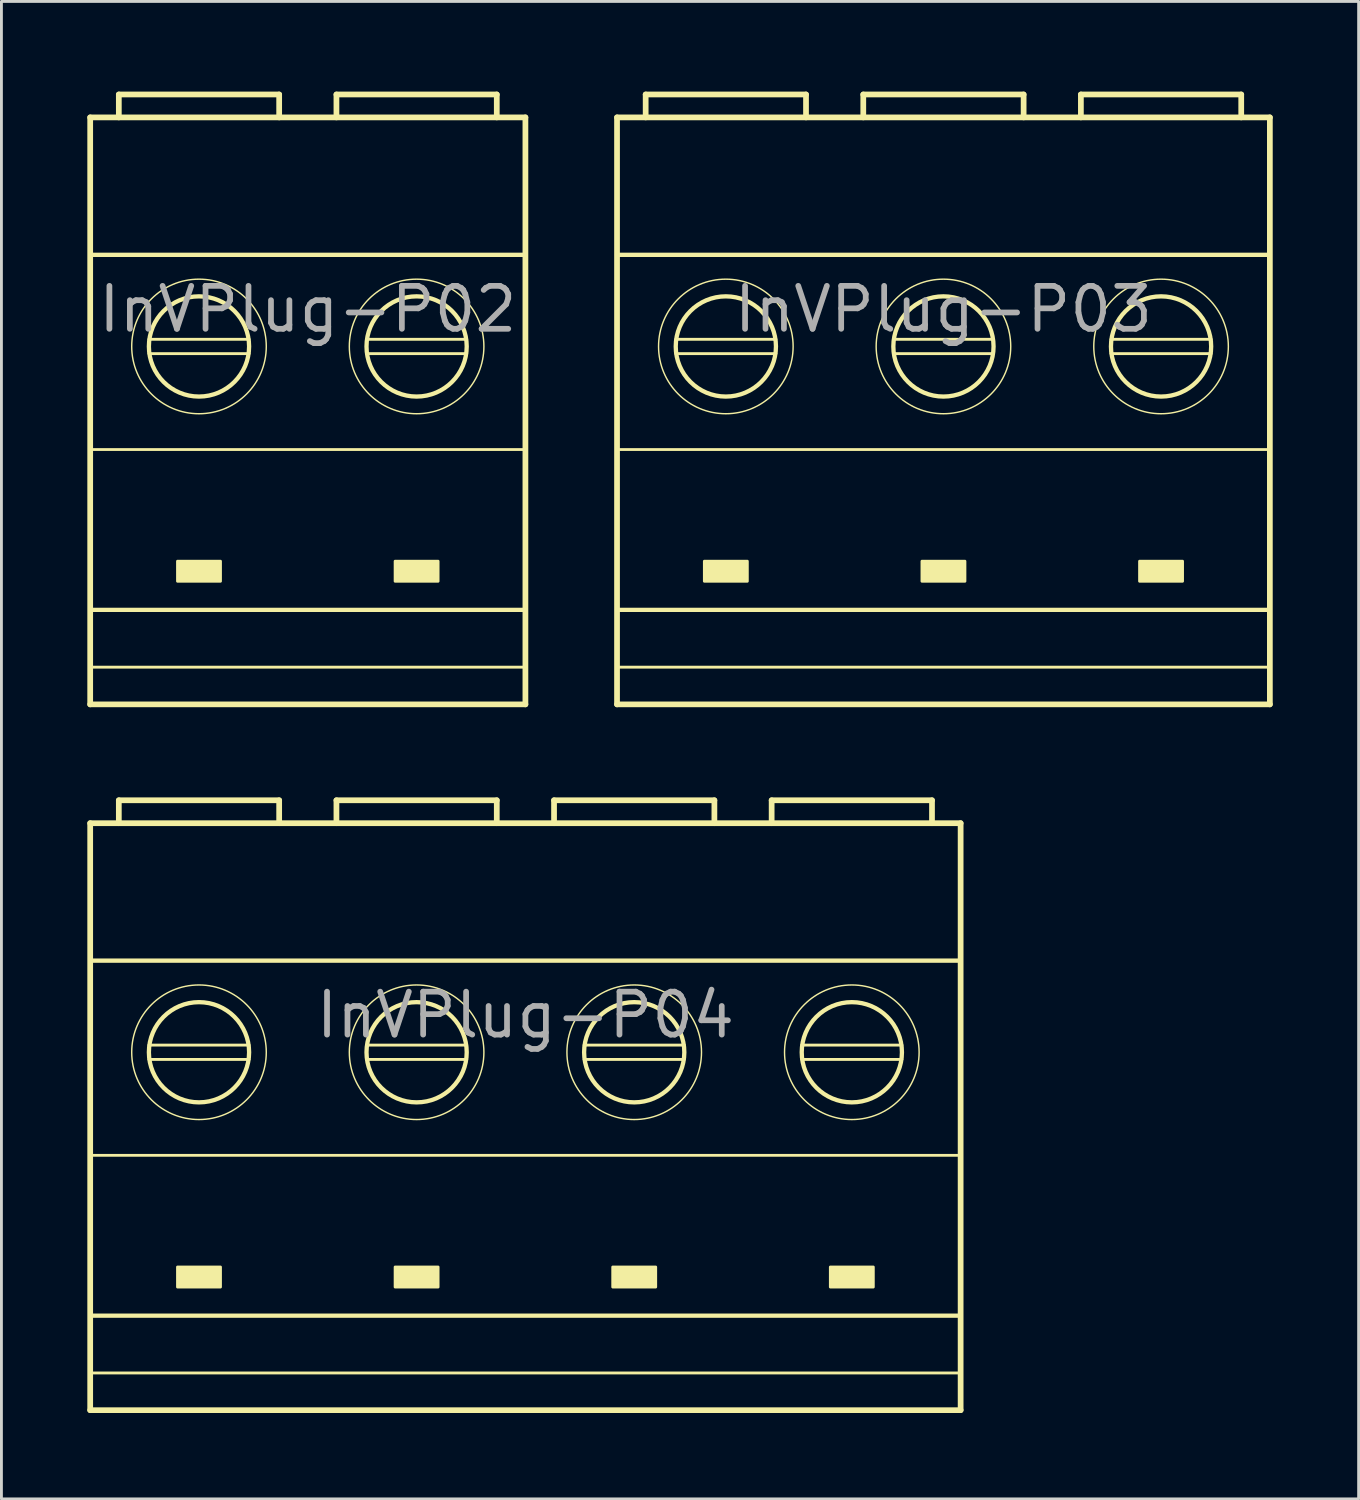
<source format=kicad_pcb>
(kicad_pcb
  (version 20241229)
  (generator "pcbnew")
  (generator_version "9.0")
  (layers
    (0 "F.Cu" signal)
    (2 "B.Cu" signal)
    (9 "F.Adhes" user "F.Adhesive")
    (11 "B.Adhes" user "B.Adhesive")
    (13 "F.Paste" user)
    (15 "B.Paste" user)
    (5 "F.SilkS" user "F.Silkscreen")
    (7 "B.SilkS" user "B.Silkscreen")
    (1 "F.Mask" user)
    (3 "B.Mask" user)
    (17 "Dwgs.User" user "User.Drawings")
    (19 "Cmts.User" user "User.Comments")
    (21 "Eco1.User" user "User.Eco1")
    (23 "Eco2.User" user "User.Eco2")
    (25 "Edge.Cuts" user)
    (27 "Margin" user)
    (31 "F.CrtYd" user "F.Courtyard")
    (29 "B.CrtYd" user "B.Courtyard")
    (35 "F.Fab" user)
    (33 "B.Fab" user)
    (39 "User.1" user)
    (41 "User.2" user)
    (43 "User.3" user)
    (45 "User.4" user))
  (footprint "InVPlug-P04"
    (layer "F.Cu")
    (at 15.3 24.9)
    (property "Reference" "InVPlug-P04" (at 0 7.5 180) (layer "F.Fab") (effects (font (size 1.5 1.5) (thickness 0.2))))
    (attr through_hole)
    (fp_line (start -15.2 0.8) (end 15.2 0.8) (stroke (width 0.2) (type solid)) (layer "F.SilkS"))
    (fp_line (start -15.2 5.6) (end 15.2 5.6) (stroke (width 0.15) (type solid)) (layer "F.SilkS"))
    (fp_line (start -15.2 12.4) (end 15.2 12.4) (stroke (width 0.1) (type solid)) (layer "F.SilkS"))
    (fp_line (start -15.2 18) (end 15.2 18) (stroke (width 0.15) (type solid)) (layer "F.SilkS"))
    (fp_line (start -15.2 20) (end 15.2 20) (stroke (width 0.1) (type solid)) (layer "F.SilkS"))
    (fp_line (start -15.2 21.3) (end -15.2 0.8) (stroke (width 0.2) (type solid)) (layer "F.SilkS"))
    (fp_line (start -15.2 21.3) (end 15.2 21.3) (stroke (width 0.2) (type solid)) (layer "F.SilkS"))
    (fp_line (start -14.2 0.8) (end -14.2 0) (stroke (width 0.2) (type solid)) (layer "F.SilkS"))
    (fp_line (start -13.15 8.55) (end -9.65 8.55) (stroke (width 0.1) (type default)) (layer "F.SilkS"))
    (fp_line (start -13.15 9.05) (end -9.65 9.05) (stroke (width 0.1) (type default)) (layer "F.SilkS"))
    (fp_line (start -8.6 0) (end -14.2 0) (stroke (width 0.2) (type solid)) (layer "F.SilkS"))
    (fp_line (start -8.6 0.8) (end -8.6 0) (stroke (width 0.2) (type solid)) (layer "F.SilkS"))
    (fp_line (start -6.6 0.8) (end -6.6 0) (stroke (width 0.2) (type solid)) (layer "F.SilkS"))
    (fp_line (start -5.55 8.55) (end -2.05 8.55) (stroke (width 0.1) (type default)) (layer "F.SilkS"))
    (fp_line (start -5.55 9.05) (end -2.05 9.05) (stroke (width 0.1) (type default)) (layer "F.SilkS"))
    (fp_line (start -1 0) (end -6.6 0) (stroke (width 0.2) (type solid)) (layer "F.SilkS"))
    (fp_line (start -1 0.8) (end -1 0) (stroke (width 0.2) (type solid)) (layer "F.SilkS"))
    (fp_line (start 1 0.8) (end 1 0) (stroke (width 0.2) (type solid)) (layer "F.SilkS"))
    (fp_line (start 2.05 8.55) (end 5.55 8.55) (stroke (width 0.1) (type default)) (layer "F.SilkS"))
    (fp_line (start 2.05 9.05) (end 5.55 9.05) (stroke (width 0.1) (type default)) (layer "F.SilkS"))
    (fp_line (start 6.6 0) (end 1 0) (stroke (width 0.2) (type solid)) (layer "F.SilkS"))
    (fp_line (start 6.6 0.8) (end 6.6 0) (stroke (width 0.2) (type solid)) (layer "F.SilkS"))
    (fp_line (start 8.6 0.8) (end 8.6 0) (stroke (width 0.2) (type solid)) (layer "F.SilkS"))
    (fp_line (start 9.65 8.55) (end 13.15 8.55) (stroke (width 0.1) (type default)) (layer "F.SilkS"))
    (fp_line (start 9.65 9.05) (end 13.15 9.05) (stroke (width 0.1) (type default)) (layer "F.SilkS"))
    (fp_line (start 14.2 0) (end 8.6 0) (stroke (width 0.2) (type solid)) (layer "F.SilkS"))
    (fp_line (start 14.2 0.8) (end 14.2 0) (stroke (width 0.2) (type solid)) (layer "F.SilkS"))
    (fp_line (start 15.2 21.3) (end 15.2 0.8) (stroke (width 0.2) (type solid)) (layer "F.SilkS"))
    (fp_rect (start -12.15 16.3) (end -10.65 17) (stroke (width 0.1) (type solid)) (fill yes) (layer "F.SilkS"))
    (fp_rect (start -4.55 16.3) (end -3.05 17) (stroke (width 0.1) (type solid)) (fill yes) (layer "F.SilkS"))
    (fp_rect (start 3.05 16.3) (end 4.55 17) (stroke (width 0.1) (type solid)) (fill yes) (layer "F.SilkS"))
    (fp_rect (start 10.65 16.3) (end 12.15 17) (stroke (width 0.1) (type solid)) (fill yes) (layer "F.SilkS"))
    (fp_circle (center -11.4 8.8) (end -9.65 8.8) (stroke (width 0.15) (type default)) (fill no) (layer "F.SilkS"))
    (fp_circle (center -11.4 8.8) (end -9.05 8.8) (stroke (width 0.05) (type default)) (fill no) (layer "F.SilkS"))
    (fp_circle (center -3.8 8.8) (end -2.05 8.8) (stroke (width 0.15) (type default)) (fill no) (layer "F.SilkS"))
    (fp_circle (center -3.8 8.8) (end -1.45 8.8) (stroke (width 0.05) (type default)) (fill no) (layer "F.SilkS"))
    (fp_circle (center 3.8 8.8) (end 5.55 8.8) (stroke (width 0.15) (type default)) (fill no) (layer "F.SilkS"))
    (fp_circle (center 3.8 8.8) (end 6.15 8.8) (stroke (width 0.05) (type default)) (fill no) (layer "F.SilkS"))
    (fp_circle (center 11.4 8.8) (end 13.15 8.8) (stroke (width 0.15) (type default)) (fill no) (layer "F.SilkS"))
    (fp_circle (center 11.4 8.8) (end 13.75 8.8) (stroke (width 0.05) (type default)) (fill no) (layer "F.SilkS")))
  (footprint "InVPlug-P03"
    (layer "F.Cu")
    (at 29.9 0.25)
    (property "Reference" "InVPlug-P03" (at 0 7.5 180) (layer "F.Fab") (effects (font (size 1.5 1.5) (thickness 0.2))))
    (attr through_hole)
    (fp_line (start -11.4 0.8) (end 11.4 0.8) (stroke (width 0.2) (type solid)) (layer "F.SilkS"))
    (fp_line (start -11.4 5.6) (end 11.4 5.6) (stroke (width 0.15) (type solid)) (layer "F.SilkS"))
    (fp_line (start -11.4 12.4) (end 11.4 12.4) (stroke (width 0.1) (type solid)) (layer "F.SilkS"))
    (fp_line (start -11.4 18) (end 11.4 18) (stroke (width 0.15) (type solid)) (layer "F.SilkS"))
    (fp_line (start -11.4 20) (end 11.4 20) (stroke (width 0.1) (type solid)) (layer "F.SilkS"))
    (fp_line (start -11.4 21.3) (end -11.4 0.8) (stroke (width 0.2) (type solid)) (layer "F.SilkS"))
    (fp_line (start -11.4 21.3) (end 11.4 21.3) (stroke (width 0.2) (type solid)) (layer "F.SilkS"))
    (fp_line (start -10.4 0.8) (end -10.4 0) (stroke (width 0.2) (type solid)) (layer "F.SilkS"))
    (fp_line (start -9.35 8.55) (end -5.85 8.55) (stroke (width 0.1) (type default)) (layer "F.SilkS"))
    (fp_line (start -9.35 9.05) (end -5.85 9.05) (stroke (width 0.1) (type default)) (layer "F.SilkS"))
    (fp_line (start -4.8 0) (end -10.4 0) (stroke (width 0.2) (type solid)) (layer "F.SilkS"))
    (fp_line (start -4.8 0.8) (end -4.8 0) (stroke (width 0.2) (type solid)) (layer "F.SilkS"))
    (fp_line (start -2.8 0.8) (end -2.8 0) (stroke (width 0.2) (type solid)) (layer "F.SilkS"))
    (fp_line (start -1.75 8.55) (end 1.75 8.55) (stroke (width 0.1) (type default)) (layer "F.SilkS"))
    (fp_line (start -1.75 9.05) (end 1.75 9.05) (stroke (width 0.1) (type default)) (layer "F.SilkS"))
    (fp_line (start 2.8 0) (end -2.8 0) (stroke (width 0.2) (type solid)) (layer "F.SilkS"))
    (fp_line (start 2.8 0.8) (end 2.8 0) (stroke (width 0.2) (type solid)) (layer "F.SilkS"))
    (fp_line (start 4.8 0.8) (end 4.8 0) (stroke (width 0.2) (type solid)) (layer "F.SilkS"))
    (fp_line (start 5.85 8.55) (end 9.35 8.55) (stroke (width 0.1) (type default)) (layer "F.SilkS"))
    (fp_line (start 5.85 9.05) (end 9.35 9.05) (stroke (width 0.1) (type default)) (layer "F.SilkS"))
    (fp_line (start 10.4 0) (end 4.8 0) (stroke (width 0.2) (type solid)) (layer "F.SilkS"))
    (fp_line (start 10.4 0.8) (end 10.4 0) (stroke (width 0.2) (type solid)) (layer "F.SilkS"))
    (fp_line (start 11.4 21.3) (end 11.4 0.8) (stroke (width 0.2) (type solid)) (layer "F.SilkS"))
    (fp_rect (start -8.35 16.3) (end -6.85 17) (stroke (width 0.1) (type solid)) (fill yes) (layer "F.SilkS"))
    (fp_rect (start -0.75 16.3) (end 0.75 17) (stroke (width 0.1) (type solid)) (fill yes) (layer "F.SilkS"))
    (fp_rect (start 6.85 16.3) (end 8.35 17) (stroke (width 0.1) (type solid)) (fill yes) (layer "F.SilkS"))
    (fp_circle (center -7.6 8.8) (end -5.85 8.8) (stroke (width 0.15) (type default)) (fill no) (layer "F.SilkS"))
    (fp_circle (center -7.6 8.8) (end -5.25 8.8) (stroke (width 0.05) (type default)) (fill no) (layer "F.SilkS"))
    (fp_circle (center 0 8.8) (end 1.75 8.8) (stroke (width 0.15) (type default)) (fill no) (layer "F.SilkS"))
    (fp_circle (center 0 8.8) (end 2.35 8.8) (stroke (width 0.05) (type default)) (fill no) (layer "F.SilkS"))
    (fp_circle (center 7.6 8.8) (end 9.35 8.8) (stroke (width 0.15) (type default)) (fill no) (layer "F.SilkS"))
    (fp_circle (center 7.6 8.8) (end 9.95 8.8) (stroke (width 0.05) (type default)) (fill no) (layer "F.SilkS")))
  (footprint "InVPlug-P02"
    (layer "F.Cu")
    (at 7.7 0.25)
    (property "Reference" "InVPlug-P02" (at 0 7.5 180) (layer "F.Fab") (effects (font (size 1.5 1.5) (thickness 0.2))))
    (attr through_hole)
    (fp_line (start -7.6 0.8) (end 7.6 0.8) (stroke (width 0.2) (type solid)) (layer "F.SilkS"))
    (fp_line (start -7.6 5.6) (end 7.6 5.6) (stroke (width 0.15) (type solid)) (layer "F.SilkS"))
    (fp_line (start -7.6 12.4) (end 7.6 12.4) (stroke (width 0.1) (type solid)) (layer "F.SilkS"))
    (fp_line (start -7.6 18) (end 7.6 18) (stroke (width 0.15) (type solid)) (layer "F.SilkS"))
    (fp_line (start -7.6 20) (end 7.6 20) (stroke (width 0.1) (type solid)) (layer "F.SilkS"))
    (fp_line (start -7.6 21.3) (end -7.6 0.8) (stroke (width 0.2) (type solid)) (layer "F.SilkS"))
    (fp_line (start -7.6 21.3) (end 7.6 21.3) (stroke (width 0.2) (type solid)) (layer "F.SilkS"))
    (fp_line (start -6.6 0.8) (end -6.6 0) (stroke (width 0.2) (type solid)) (layer "F.SilkS"))
    (fp_line (start -5.55 8.55) (end -2.05 8.55) (stroke (width 0.1) (type default)) (layer "F.SilkS"))
    (fp_line (start -5.55 9.05) (end -2.05 9.05) (stroke (width 0.1) (type default)) (layer "F.SilkS"))
    (fp_line (start -1 0) (end -6.6 0) (stroke (width 0.2) (type solid)) (layer "F.SilkS"))
    (fp_line (start -1 0.8) (end -1 0) (stroke (width 0.2) (type solid)) (layer "F.SilkS"))
    (fp_line (start 1 0.8) (end 1 0) (stroke (width 0.2) (type solid)) (layer "F.SilkS"))
    (fp_line (start 2.05 8.55) (end 5.55 8.55) (stroke (width 0.1) (type default)) (layer "F.SilkS"))
    (fp_line (start 2.05 9.05) (end 5.55 9.05) (stroke (width 0.1) (type default)) (layer "F.SilkS"))
    (fp_line (start 6.6 0) (end 1 0) (stroke (width 0.2) (type solid)) (layer "F.SilkS"))
    (fp_line (start 6.6 0.8) (end 6.6 0) (stroke (width 0.2) (type solid)) (layer "F.SilkS"))
    (fp_line (start 7.6 21.3) (end 7.6 0.8) (stroke (width 0.2) (type solid)) (layer "F.SilkS"))
    (fp_rect (start -4.55 16.3) (end -3.05 17) (stroke (width 0.1) (type solid)) (fill yes) (layer "F.SilkS"))
    (fp_rect (start 3.05 16.3) (end 4.55 17) (stroke (width 0.1) (type solid)) (fill yes) (layer "F.SilkS"))
    (fp_circle (center -3.8 8.8) (end -2.05 8.8) (stroke (width 0.15) (type default)) (fill no) (layer "F.SilkS"))
    (fp_circle (center -3.8 8.8) (end -1.45 8.8) (stroke (width 0.05) (type default)) (fill no) (layer "F.SilkS"))
    (fp_circle (center 3.8 8.8) (end 5.55 8.8) (stroke (width 0.15) (type default)) (fill no) (layer "F.SilkS"))
    (fp_circle (center 3.8 8.8) (end 6.15 8.8) (stroke (width 0.05) (type default)) (fill no) (layer "F.SilkS")))
  (gr_rect
    (start -3 -3)
    (end 44.4 49.3)
    (stroke (width 0.1) (type default))
    (fill no)
    (layer "Edge.Cuts")))
</source>
